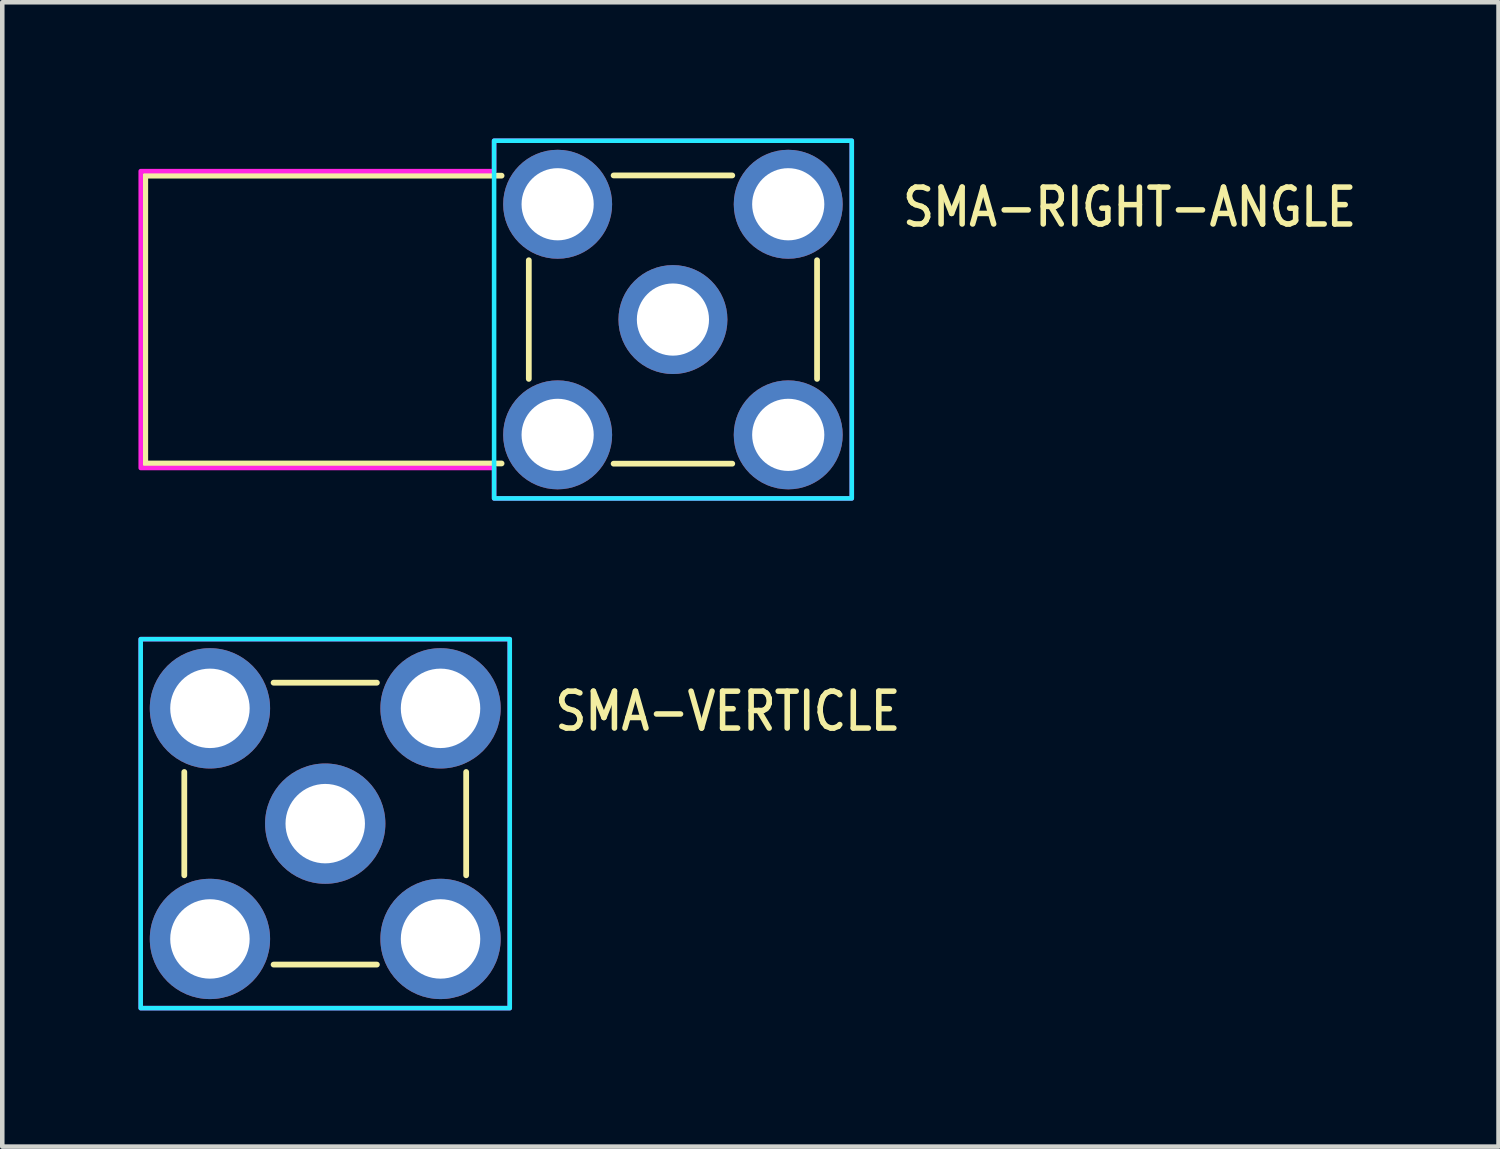
<source format=kicad_pcb>
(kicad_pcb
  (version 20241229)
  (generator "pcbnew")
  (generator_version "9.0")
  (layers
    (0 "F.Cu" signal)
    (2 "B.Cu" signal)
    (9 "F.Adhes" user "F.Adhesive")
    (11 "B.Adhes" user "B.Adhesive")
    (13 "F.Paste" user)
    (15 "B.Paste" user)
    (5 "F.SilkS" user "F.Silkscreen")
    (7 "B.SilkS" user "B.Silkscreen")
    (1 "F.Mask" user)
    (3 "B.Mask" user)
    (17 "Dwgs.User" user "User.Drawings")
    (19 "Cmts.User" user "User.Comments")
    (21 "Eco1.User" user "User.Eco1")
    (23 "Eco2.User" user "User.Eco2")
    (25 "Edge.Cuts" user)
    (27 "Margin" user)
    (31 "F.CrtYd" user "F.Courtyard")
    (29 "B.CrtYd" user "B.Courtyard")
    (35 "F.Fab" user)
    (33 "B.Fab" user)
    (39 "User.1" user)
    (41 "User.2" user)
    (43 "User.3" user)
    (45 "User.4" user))
  (footprint "SMA-VERTICLE"
    (layer "F.Cu")
    (at 4.115 15.095)
    (property "Reference" "SMA-VERTICLE" (at 5 -2 0) (unlocked yes) (layer "F.SilkS") (effects (font (size 0.813 0.695) (thickness 0.122)) (justify left bottom)))
    (fp_line (start -3.105 -1.138) (end -3.105 1.138) (stroke (width 0.127) (type solid)) (layer "F.SilkS"))
    (fp_line (start 1.138 -3.105) (end -1.138 -3.105) (stroke (width 0.127) (type solid)) (layer "F.SilkS"))
    (fp_line (start 1.138 3.105) (end -1.138 3.105) (stroke (width 0.127) (type solid)) (layer "F.SilkS"))
    (fp_line (start 3.105 -1.138) (end 3.105 1.138) (stroke (width 0.127) (type solid)) (layer "F.SilkS"))
    (fp_poly (pts (xy -4.065 -4.065) (xy 4.065 -4.065) (xy 4.065 4.065) (xy -4.065 4.065)) (stroke (width 0.1) (type solid)) (fill no) (layer "B.CrtYd"))
    (fp_poly (pts (xy -4.065 -4.065) (xy 4.065 -4.065) (xy 4.065 4.065) (xy -4.065 4.065)) (stroke (width 0.1) (type solid)) (fill no) (layer "F.CrtYd"))
    (pad "1" thru_hole oval (at -2.54 -2.54) (size 2.65 2.65) (drill 1.75) (layers "*.Cu" "*.Mask"))
    (pad "2" thru_hole oval (at -2.54 2.54) (size 2.65 2.65) (drill 1.75) (layers "*.Cu" "*.Mask"))
    (pad "3" thru_hole oval (at 2.54 2.54) (size 2.65 2.65) (drill 1.75) (layers "*.Cu" "*.Mask"))
    (pad "4" thru_hole oval (at 2.54 -2.54) (size 2.65 2.65) (drill 1.75) (layers "*.Cu" "*.Mask"))
    (pad "5" thru_hole oval (at 0 0) (size 2.65 2.65) (drill 1.75) (layers "*.Cu" "*.Mask")))
  (footprint "SMA-RIGHT-ANGLE"
    (layer "F.Cu")
    (at 11.775 3.99)
    (property "Reference" "SMA-RIGHT-ANGLE" (at 5 -2 0) (unlocked yes) (layer "F.SilkS") (effects (font (size 0.813 0.695) (thickness 0.122)) (justify left bottom)))
    (fp_line (start -11.625 -3.17) (end -3.775 -3.17) (stroke (width 0.127) (type solid)) (layer "F.SilkS"))
    (fp_line (start -11.625 3.17) (end -11.625 -3.17) (stroke (width 0.127) (type solid)) (layer "F.SilkS"))
    (fp_line (start -3.775 3.17) (end -11.625 3.17) (stroke (width 0.127) (type solid)) (layer "F.SilkS"))
    (fp_line (start -3.175 -1.307) (end -3.175 1.307) (stroke (width 0.127) (type solid)) (layer "F.SilkS"))
    (fp_line (start 1.307 -3.175) (end -1.307 -3.175) (stroke (width 0.127) (type solid)) (layer "F.SilkS"))
    (fp_line (start 1.307 3.175) (end -1.307 3.175) (stroke (width 0.127) (type solid)) (layer "F.SilkS"))
    (fp_line (start 3.175 -1.307) (end 3.175 1.307) (stroke (width 0.127) (type solid)) (layer "F.SilkS"))
    (fp_poly (pts (xy -3.94 -3.94) (xy 3.94 -3.94) (xy 3.94 3.94) (xy -3.94 3.94)) (stroke (width 0.1) (type solid)) (fill no) (layer "B.CrtYd"))
    (fp_poly (pts (xy 3.94 3.94) (xy 3.94 -3.94) (xy -3.94 -3.94) (xy -3.94 -3.27) (xy -11.725 -3.27) (xy -11.725 3.27) (xy -3.94 3.27) (xy -3.94 3.94)) (stroke (width 0.1) (type solid)) (fill no) (layer "F.CrtYd"))
    (pad "1" thru_hole oval (at -2.54 -2.54) (size 2.4 2.4) (drill 1.59) (layers "*.Cu" "*.Mask"))
    (pad "2" thru_hole oval (at -2.54 2.54) (size 2.4 2.4) (drill 1.59) (layers "*.Cu" "*.Mask"))
    (pad "3" thru_hole oval (at 2.54 2.54) (size 2.4 2.4) (drill 1.59) (layers "*.Cu" "*.Mask"))
    (pad "4" thru_hole oval (at 2.54 -2.54) (size 2.4 2.4) (drill 1.59) (layers "*.Cu" "*.Mask"))
    (pad "5" thru_hole oval (at 0 0) (size 2.4 2.4) (drill 1.59) (layers "*.Cu" "*.Mask")))
  (gr_rect
    (start -3 -3)
    (end 29.963 22.21)
    (stroke (width 0.1) (type default))
    (fill no)
    (layer "Edge.Cuts")))
</source>
